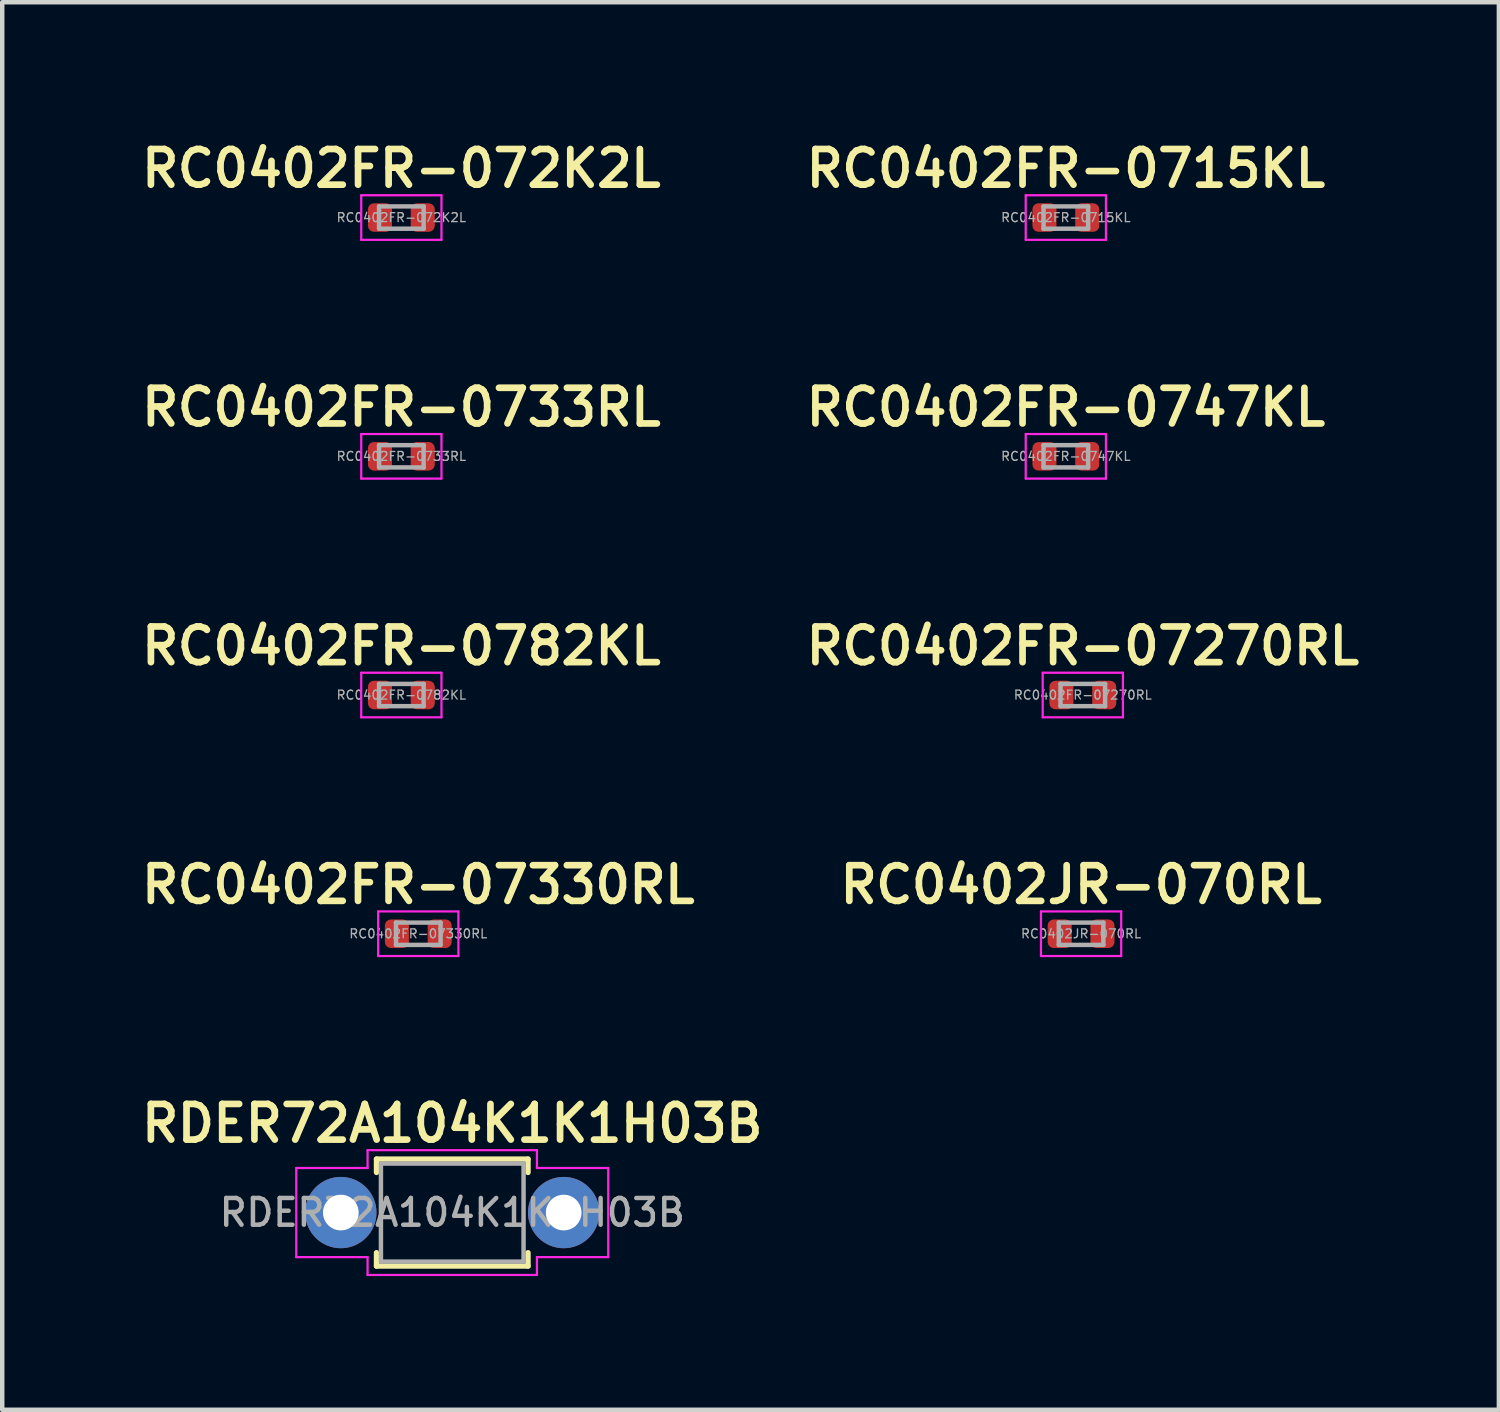
<source format=kicad_pcb>
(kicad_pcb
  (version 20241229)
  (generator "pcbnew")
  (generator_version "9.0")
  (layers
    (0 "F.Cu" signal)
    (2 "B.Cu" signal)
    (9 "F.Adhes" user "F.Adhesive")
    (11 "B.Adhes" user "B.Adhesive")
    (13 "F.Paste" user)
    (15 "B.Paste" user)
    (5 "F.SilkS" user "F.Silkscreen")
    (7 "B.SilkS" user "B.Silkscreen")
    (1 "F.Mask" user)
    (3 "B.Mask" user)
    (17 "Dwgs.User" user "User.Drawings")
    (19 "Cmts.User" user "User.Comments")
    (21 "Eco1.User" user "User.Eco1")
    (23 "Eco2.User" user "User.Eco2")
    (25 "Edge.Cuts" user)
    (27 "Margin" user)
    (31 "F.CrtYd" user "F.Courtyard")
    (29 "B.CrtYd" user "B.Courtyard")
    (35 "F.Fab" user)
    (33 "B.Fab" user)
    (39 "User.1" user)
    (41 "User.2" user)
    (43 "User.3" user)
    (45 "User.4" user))
  (footprint "RC0402FR-0733RL"
    (layer "F.Cu")
    (at 5.955 7.188)
    (property "Reference" "RC0402FR-0733RL" (at 0 -1.1 0) (layer "F.SilkS") (effects (font (size 0.8 0.8) (thickness 0.15))))
    (attr smd)
    (fp_line (start -0.9 -0.5) (end 0.9 -0.5) (stroke (width 0.05) (type solid)) (layer "F.CrtYd"))
    (fp_line (start -0.9 0.5) (end -0.9 -0.5) (stroke (width 0.05) (type solid)) (layer "F.CrtYd"))
    (fp_line (start 0.9 -0.5) (end 0.9 0.5) (stroke (width 0.05) (type solid)) (layer "F.CrtYd"))
    (fp_line (start 0.9 0.5) (end -0.9 0.5) (stroke (width 0.05) (type solid)) (layer "F.CrtYd"))
    (fp_line (start -0.5 -0.25) (end 0.5 -0.25) (stroke (width 0.1) (type solid)) (layer "F.Fab"))
    (fp_line (start -0.5 0.25) (end -0.5 -0.25) (stroke (width 0.1) (type solid)) (layer "F.Fab"))
    (fp_line (start 0.5 -0.25) (end 0.5 0.25) (stroke (width 0.1) (type solid)) (layer "F.Fab"))
    (fp_line (start 0.5 0.25) (end -0.5 0.25) (stroke (width 0.1) (type solid)) (layer "F.Fab"))
    (fp_text user "${REFERENCE}" (at 0 0 0) (layer "F.Fab") (effects (font (size 0.2 0.2) (thickness 0.03))))
    (pad "1" smd roundrect (at -0.48 0) (size 0.54 0.64) (layers "F.Cu" "F.Mask" "F.Paste") (roundrect_rratio 0.25))
    (pad "2" smd roundrect (at 0.48 0) (size 0.54 0.64) (layers "F.Cu" "F.Mask" "F.Paste") (roundrect_rratio 0.25)))
  (footprint "RC0402JR-070RL"
    (layer "F.Cu")
    (at 21.206 17.9)
    (property "Reference" "RC0402JR-070RL" (at 0 -1.1 0) (layer "F.SilkS") (effects (font (size 0.8 0.8) (thickness 0.15))))
    (attr smd)
    (fp_line (start -0.9 -0.5) (end 0.9 -0.5) (stroke (width 0.05) (type solid)) (layer "F.CrtYd"))
    (fp_line (start -0.9 0.5) (end -0.9 -0.5) (stroke (width 0.05) (type solid)) (layer "F.CrtYd"))
    (fp_line (start 0.9 -0.5) (end 0.9 0.5) (stroke (width 0.05) (type solid)) (layer "F.CrtYd"))
    (fp_line (start 0.9 0.5) (end -0.9 0.5) (stroke (width 0.05) (type solid)) (layer "F.CrtYd"))
    (fp_line (start -0.5 -0.25) (end 0.5 -0.25) (stroke (width 0.1) (type solid)) (layer "F.Fab"))
    (fp_line (start -0.5 0.25) (end -0.5 -0.25) (stroke (width 0.1) (type solid)) (layer "F.Fab"))
    (fp_line (start 0.5 -0.25) (end 0.5 0.25) (stroke (width 0.1) (type solid)) (layer "F.Fab"))
    (fp_line (start 0.5 0.25) (end -0.5 0.25) (stroke (width 0.1) (type solid)) (layer "F.Fab"))
    (fp_text user "${REFERENCE}" (at 0 0 0) (layer "F.Fab") (effects (font (size 0.2 0.2) (thickness 0.03))))
    (pad "1" smd roundrect (at -0.48 0) (size 0.54 0.64) (layers "F.Cu" "F.Mask" "F.Paste") (roundrect_rratio 0.25))
    (pad "2" smd roundrect (at 0.48 0) (size 0.54 0.64) (layers "F.Cu" "F.Mask" "F.Paste") (roundrect_rratio 0.25)))
  (footprint "RC0402FR-0715KL"
    (layer "F.Cu")
    (at 20.864 1.831)
    (property "Reference" "RC0402FR-0715KL" (at 0 -1.1 0) (layer "F.SilkS") (effects (font (size 0.8 0.8) (thickness 0.15))))
    (attr smd)
    (fp_line (start -0.9 -0.5) (end 0.9 -0.5) (stroke (width 0.05) (type solid)) (layer "F.CrtYd"))
    (fp_line (start -0.9 0.5) (end -0.9 -0.5) (stroke (width 0.05) (type solid)) (layer "F.CrtYd"))
    (fp_line (start 0.9 -0.5) (end 0.9 0.5) (stroke (width 0.05) (type solid)) (layer "F.CrtYd"))
    (fp_line (start 0.9 0.5) (end -0.9 0.5) (stroke (width 0.05) (type solid)) (layer "F.CrtYd"))
    (fp_line (start -0.5 -0.25) (end 0.5 -0.25) (stroke (width 0.1) (type solid)) (layer "F.Fab"))
    (fp_line (start -0.5 0.25) (end -0.5 -0.25) (stroke (width 0.1) (type solid)) (layer "F.Fab"))
    (fp_line (start 0.5 -0.25) (end 0.5 0.25) (stroke (width 0.1) (type solid)) (layer "F.Fab"))
    (fp_line (start 0.5 0.25) (end -0.5 0.25) (stroke (width 0.1) (type solid)) (layer "F.Fab"))
    (fp_text user "${REFERENCE}" (at 0 0 0) (layer "F.Fab") (effects (font (size 0.2 0.2) (thickness 0.03))))
    (pad "1" smd roundrect (at -0.48 0) (size 0.54 0.64) (layers "F.Cu" "F.Mask" "F.Paste") (roundrect_rratio 0.25))
    (pad "2" smd roundrect (at 0.48 0) (size 0.54 0.64) (layers "F.Cu" "F.Mask" "F.Paste") (roundrect_rratio 0.25)))
  (footprint "RC0402FR-07270RL"
    (layer "F.Cu")
    (at 21.245 12.544)
    (property "Reference" "RC0402FR-07270RL" (at 0 -1.1 0) (layer "F.SilkS") (effects (font (size 0.8 0.8) (thickness 0.15))))
    (attr smd)
    (fp_line (start -0.9 -0.5) (end 0.9 -0.5) (stroke (width 0.05) (type solid)) (layer "F.CrtYd"))
    (fp_line (start -0.9 0.5) (end -0.9 -0.5) (stroke (width 0.05) (type solid)) (layer "F.CrtYd"))
    (fp_line (start 0.9 -0.5) (end 0.9 0.5) (stroke (width 0.05) (type solid)) (layer "F.CrtYd"))
    (fp_line (start 0.9 0.5) (end -0.9 0.5) (stroke (width 0.05) (type solid)) (layer "F.CrtYd"))
    (fp_line (start -0.5 -0.25) (end 0.5 -0.25) (stroke (width 0.1) (type solid)) (layer "F.Fab"))
    (fp_line (start -0.5 0.25) (end -0.5 -0.25) (stroke (width 0.1) (type solid)) (layer "F.Fab"))
    (fp_line (start 0.5 -0.25) (end 0.5 0.25) (stroke (width 0.1) (type solid)) (layer "F.Fab"))
    (fp_line (start 0.5 0.25) (end -0.5 0.25) (stroke (width 0.1) (type solid)) (layer "F.Fab"))
    (fp_text user "${REFERENCE}" (at 0 0 0) (layer "F.Fab") (effects (font (size 0.2 0.2) (thickness 0.03))))
    (pad "1" smd roundrect (at -0.48 0) (size 0.54 0.64) (layers "F.Cu" "F.Mask" "F.Paste") (roundrect_rratio 0.25))
    (pad "2" smd roundrect (at 0.48 0) (size 0.54 0.64) (layers "F.Cu" "F.Mask" "F.Paste") (roundrect_rratio 0.25)))
  (footprint "RDER72A104K1K1H03B"
    (layer "F.Cu")
    (at 7.097 24.156)
    (property "Reference" "RDER72A104K1K1H03B" (at 0 -2 0) (layer "F.SilkS") (effects (font (size 0.8 0.8) (thickness 0.15))))
    (attr through_hole)
    (fp_line (start -1.7 -1.2) (end -1.7 -0.9) (stroke (width 0.12) (type solid)) (layer "F.SilkS"))
    (fp_line (start -1.7 -1.2) (end 1.7 -1.2) (stroke (width 0.12) (type solid)) (layer "F.SilkS"))
    (fp_line (start -1.7 0.9) (end -1.7 1.2) (stroke (width 0.12) (type solid)) (layer "F.SilkS"))
    (fp_line (start -1.7 1.2) (end 1.7 1.2) (stroke (width 0.12) (type solid)) (layer "F.SilkS"))
    (fp_line (start 1.7 -0.9) (end 1.7 -1.2) (stroke (width 0.12) (type solid)) (layer "F.SilkS"))
    (fp_line (start 1.7 0.9) (end 1.7 1.2) (stroke (width 0.12) (type solid)) (layer "F.SilkS"))
    (fp_line (start -3.5 -1) (end -3.5 1) (stroke (width 0.05) (type default)) (layer "F.CrtYd"))
    (fp_line (start -3.5 1) (end -1.9 1) (stroke (width 0.05) (type default)) (layer "F.CrtYd"))
    (fp_line (start -1.9 -1.4) (end -1.9 -1) (stroke (width 0.05) (type default)) (layer "F.CrtYd"))
    (fp_line (start -1.9 -1) (end -3.5 -1) (stroke (width 0.05) (type default)) (layer "F.CrtYd"))
    (fp_line (start -1.9 1) (end -1.9 1.4) (stroke (width 0.05) (type default)) (layer "F.CrtYd"))
    (fp_line (start -1.9 1.4) (end 1.9 1.4) (stroke (width 0.05) (type default)) (layer "F.CrtYd"))
    (fp_line (start 1.9 -1.4) (end -1.9 -1.4) (stroke (width 0.05) (type default)) (layer "F.CrtYd"))
    (fp_line (start 1.9 -1) (end 1.9 -1.4) (stroke (width 0.05) (type default)) (layer "F.CrtYd"))
    (fp_line (start 1.9 1) (end 3.5 1) (stroke (width 0.05) (type default)) (layer "F.CrtYd"))
    (fp_line (start 1.9 1.4) (end 1.9 1) (stroke (width 0.05) (type default)) (layer "F.CrtYd"))
    (fp_line (start 3.5 -1) (end 1.9 -1) (stroke (width 0.05) (type default)) (layer "F.CrtYd"))
    (fp_line (start 3.5 1) (end 3.5 -1) (stroke (width 0.05) (type default)) (layer "F.CrtYd"))
    (fp_rect (start -1.6 -1.1) (end 1.6 1.1) (stroke (width 0.1) (type solid)) (fill no) (layer "F.Fab"))
    (fp_text user "${REFERENCE}" (at 0 0 0) (layer "F.Fab") (effects (font (size 0.6 0.6) (thickness 0.1) (bold yes))))
    (pad "1" thru_hole circle (at -2.5 0) (size 1.6 1.6) (drill 0.8) (layers "*.Cu" "*.Mask"))
    (pad "2" thru_hole circle (at 2.5 0) (size 1.6 1.6) (drill 0.8) (layers "*.Cu" "*.Mask")))
  (footprint "RC0402FR-0782KL"
    (layer "F.Cu")
    (at 5.955 12.544)
    (property "Reference" "RC0402FR-0782KL" (at 0 -1.1 0) (layer "F.SilkS") (effects (font (size 0.8 0.8) (thickness 0.15))))
    (attr smd)
    (fp_line (start -0.9 -0.5) (end 0.9 -0.5) (stroke (width 0.05) (type solid)) (layer "F.CrtYd"))
    (fp_line (start -0.9 0.5) (end -0.9 -0.5) (stroke (width 0.05) (type solid)) (layer "F.CrtYd"))
    (fp_line (start 0.9 -0.5) (end 0.9 0.5) (stroke (width 0.05) (type solid)) (layer "F.CrtYd"))
    (fp_line (start 0.9 0.5) (end -0.9 0.5) (stroke (width 0.05) (type solid)) (layer "F.CrtYd"))
    (fp_line (start -0.5 -0.25) (end 0.5 -0.25) (stroke (width 0.1) (type solid)) (layer "F.Fab"))
    (fp_line (start -0.5 0.25) (end -0.5 -0.25) (stroke (width 0.1) (type solid)) (layer "F.Fab"))
    (fp_line (start 0.5 -0.25) (end 0.5 0.25) (stroke (width 0.1) (type solid)) (layer "F.Fab"))
    (fp_line (start 0.5 0.25) (end -0.5 0.25) (stroke (width 0.1) (type solid)) (layer "F.Fab"))
    (fp_text user "${REFERENCE}" (at 0 0 0) (layer "F.Fab") (effects (font (size 0.2 0.2) (thickness 0.03))))
    (pad "1" smd roundrect (at -0.48 0) (size 0.54 0.64) (layers "F.Cu" "F.Mask" "F.Paste") (roundrect_rratio 0.25))
    (pad "2" smd roundrect (at 0.48 0) (size 0.54 0.64) (layers "F.Cu" "F.Mask" "F.Paste") (roundrect_rratio 0.25)))
  (footprint "RC0402FR-072K2L"
    (layer "F.Cu")
    (at 5.955 1.831)
    (property "Reference" "RC0402FR-072K2L" (at 0 -1.1 0) (layer "F.SilkS") (effects (font (size 0.8 0.8) (thickness 0.15))))
    (attr smd)
    (fp_line (start -0.9 -0.5) (end 0.9 -0.5) (stroke (width 0.05) (type solid)) (layer "F.CrtYd"))
    (fp_line (start -0.9 0.5) (end -0.9 -0.5) (stroke (width 0.05) (type solid)) (layer "F.CrtYd"))
    (fp_line (start 0.9 -0.5) (end 0.9 0.5) (stroke (width 0.05) (type solid)) (layer "F.CrtYd"))
    (fp_line (start 0.9 0.5) (end -0.9 0.5) (stroke (width 0.05) (type solid)) (layer "F.CrtYd"))
    (fp_line (start -0.5 -0.25) (end 0.5 -0.25) (stroke (width 0.1) (type solid)) (layer "F.Fab"))
    (fp_line (start -0.5 0.25) (end -0.5 -0.25) (stroke (width 0.1) (type solid)) (layer "F.Fab"))
    (fp_line (start 0.5 -0.25) (end 0.5 0.25) (stroke (width 0.1) (type solid)) (layer "F.Fab"))
    (fp_line (start 0.5 0.25) (end -0.5 0.25) (stroke (width 0.1) (type solid)) (layer "F.Fab"))
    (fp_text user "${REFERENCE}" (at 0 0 0) (layer "F.Fab") (effects (font (size 0.2 0.2) (thickness 0.03))))
    (pad "1" smd roundrect (at -0.48 0) (size 0.54 0.64) (layers "F.Cu" "F.Mask" "F.Paste") (roundrect_rratio 0.25))
    (pad "2" smd roundrect (at 0.48 0) (size 0.54 0.64) (layers "F.Cu" "F.Mask" "F.Paste") (roundrect_rratio 0.25)))
  (footprint "RC0402FR-07330RL"
    (layer "F.Cu")
    (at 6.335 17.9)
    (property "Reference" "RC0402FR-07330RL" (at 0 -1.1 0) (layer "F.SilkS") (effects (font (size 0.8 0.8) (thickness 0.15))))
    (attr smd)
    (fp_line (start -0.9 -0.5) (end 0.9 -0.5) (stroke (width 0.05) (type solid)) (layer "F.CrtYd"))
    (fp_line (start -0.9 0.5) (end -0.9 -0.5) (stroke (width 0.05) (type solid)) (layer "F.CrtYd"))
    (fp_line (start 0.9 -0.5) (end 0.9 0.5) (stroke (width 0.05) (type solid)) (layer "F.CrtYd"))
    (fp_line (start 0.9 0.5) (end -0.9 0.5) (stroke (width 0.05) (type solid)) (layer "F.CrtYd"))
    (fp_line (start -0.5 -0.25) (end 0.5 -0.25) (stroke (width 0.1) (type solid)) (layer "F.Fab"))
    (fp_line (start -0.5 0.25) (end -0.5 -0.25) (stroke (width 0.1) (type solid)) (layer "F.Fab"))
    (fp_line (start 0.5 -0.25) (end 0.5 0.25) (stroke (width 0.1) (type solid)) (layer "F.Fab"))
    (fp_line (start 0.5 0.25) (end -0.5 0.25) (stroke (width 0.1) (type solid)) (layer "F.Fab"))
    (fp_text user "${REFERENCE}" (at 0 0 0) (layer "F.Fab") (effects (font (size 0.2 0.2) (thickness 0.03))))
    (pad "1" smd roundrect (at -0.48 0) (size 0.54 0.64) (layers "F.Cu" "F.Mask" "F.Paste") (roundrect_rratio 0.25))
    (pad "2" smd roundrect (at 0.48 0) (size 0.54 0.64) (layers "F.Cu" "F.Mask" "F.Paste") (roundrect_rratio 0.25)))
  (footprint "RC0402FR-0747KL"
    (layer "F.Cu")
    (at 20.864 7.188)
    (property "Reference" "RC0402FR-0747KL" (at 0 -1.1 0) (layer "F.SilkS") (effects (font (size 0.8 0.8) (thickness 0.15))))
    (attr smd)
    (fp_line (start -0.9 -0.5) (end 0.9 -0.5) (stroke (width 0.05) (type solid)) (layer "F.CrtYd"))
    (fp_line (start -0.9 0.5) (end -0.9 -0.5) (stroke (width 0.05) (type solid)) (layer "F.CrtYd"))
    (fp_line (start 0.9 -0.5) (end 0.9 0.5) (stroke (width 0.05) (type solid)) (layer "F.CrtYd"))
    (fp_line (start 0.9 0.5) (end -0.9 0.5) (stroke (width 0.05) (type solid)) (layer "F.CrtYd"))
    (fp_line (start -0.5 -0.25) (end 0.5 -0.25) (stroke (width 0.1) (type solid)) (layer "F.Fab"))
    (fp_line (start -0.5 0.25) (end -0.5 -0.25) (stroke (width 0.1) (type solid)) (layer "F.Fab"))
    (fp_line (start 0.5 -0.25) (end 0.5 0.25) (stroke (width 0.1) (type solid)) (layer "F.Fab"))
    (fp_line (start 0.5 0.25) (end -0.5 0.25) (stroke (width 0.1) (type solid)) (layer "F.Fab"))
    (fp_text user "${REFERENCE}" (at 0 0 0) (layer "F.Fab") (effects (font (size 0.2 0.2) (thickness 0.03))))
    (pad "1" smd roundrect (at -0.48 0) (size 0.54 0.64) (layers "F.Cu" "F.Mask" "F.Paste") (roundrect_rratio 0.25))
    (pad "2" smd roundrect (at 0.48 0) (size 0.54 0.64) (layers "F.Cu" "F.Mask" "F.Paste") (roundrect_rratio 0.25)))
  (gr_rect
    (start -3 -3)
    (end 30.58 28.581)
    (stroke (width 0.1) (type default))
    (fill no)
    (layer "Edge.Cuts")))
</source>
